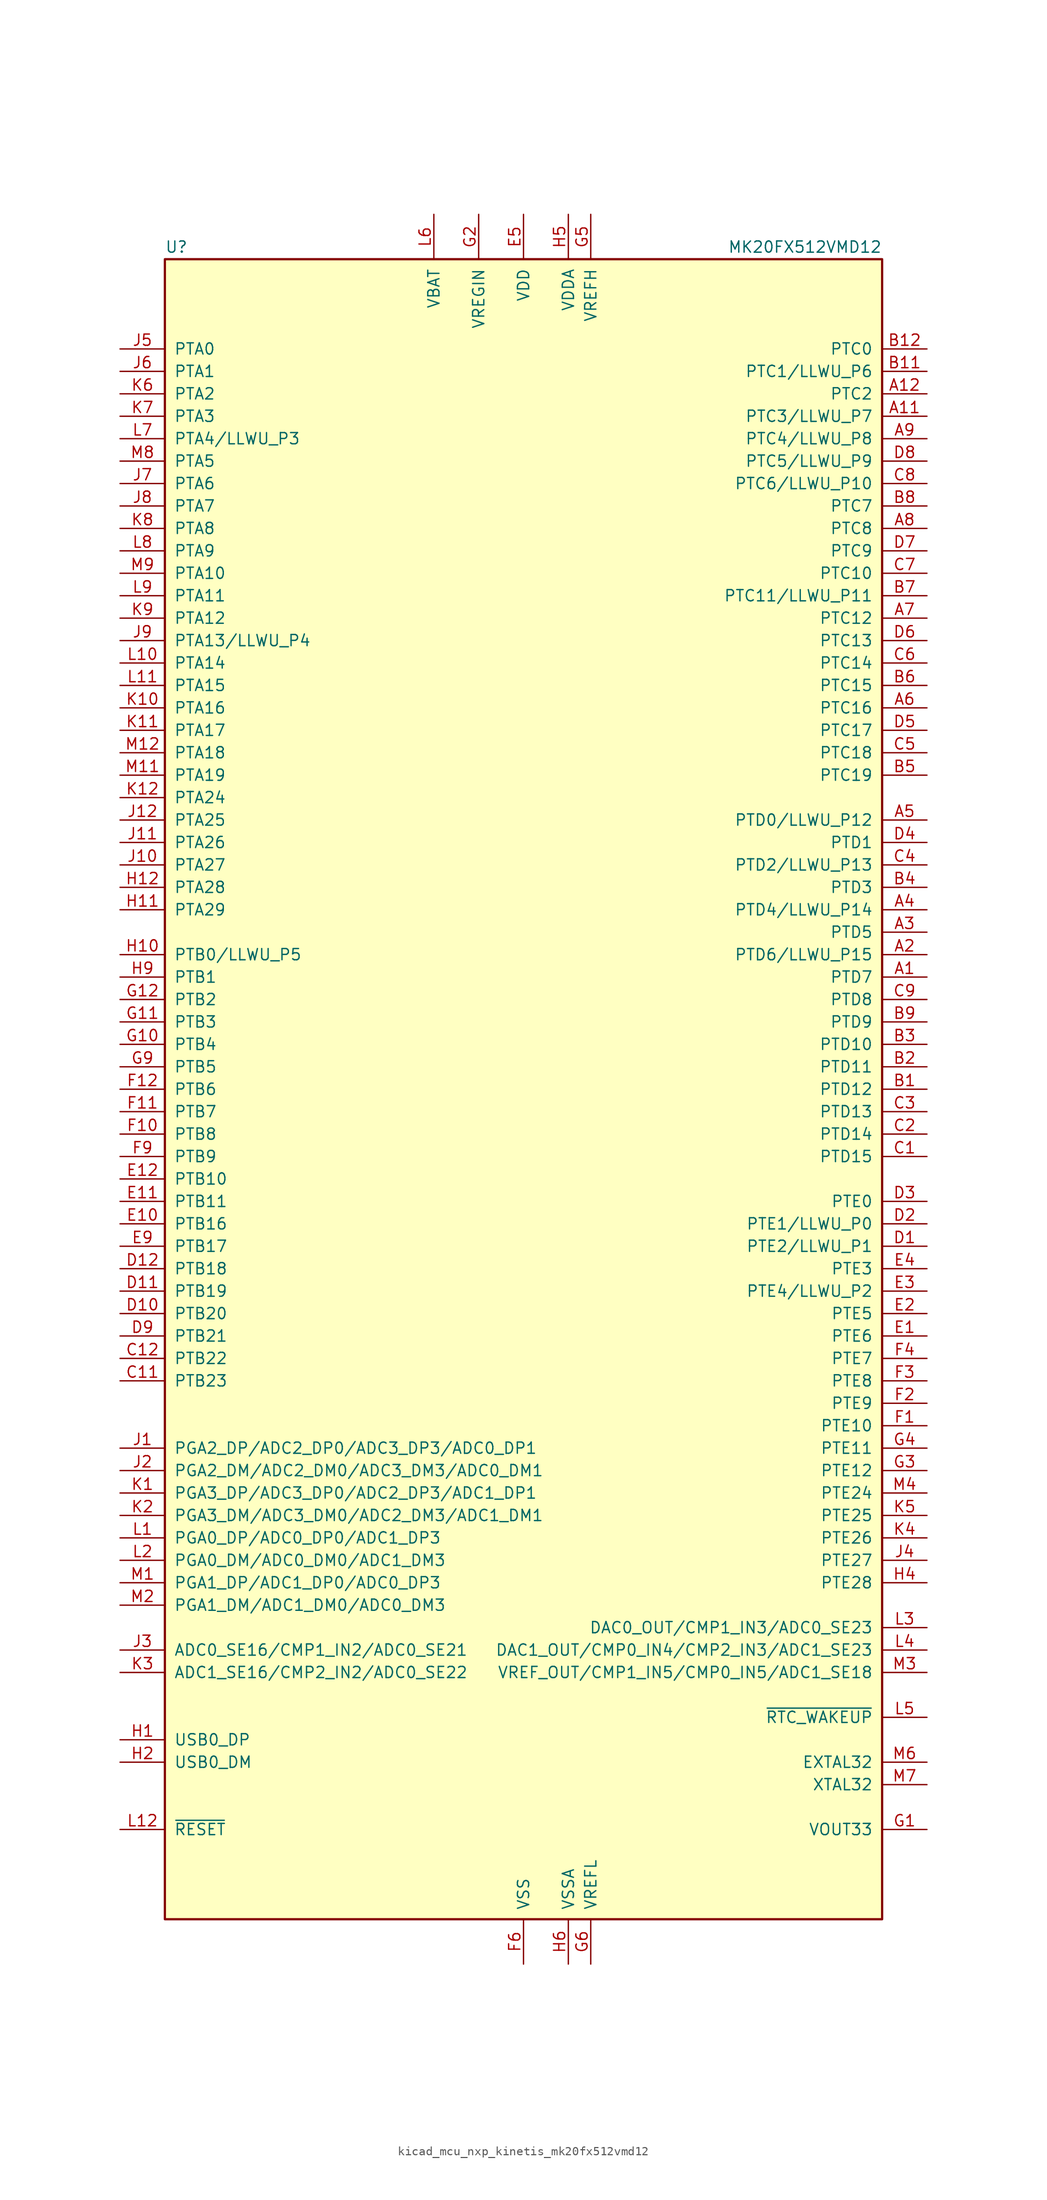
<source format=kicad_sym>
(kicad_symbol_lib
  (version 20220914)
  (generator kicad_symbol_editor)
  (symbol "kicad_mcu_nxp_kinetis_mk20fx512vmd12"
    (pin_names
      (offset 1.016))
    (property "Reference" "U"
      (at -40.64 94.615 0)
      (effects (font (size 1.27 1.27)) (justify left bottom)))
    (property "Value" "MK20FX512VMD12"
      (at 40.64 94.615 0)
      (effects (font (size 1.27 1.27)) (justify right bottom)))
    (symbol "kicad_mcu_nxp_kinetis_mk20fx512vmd12_0_1"
      (rectangle (start -40.64 93.98) (end 40.64 -93.98) (stroke (width 0.254) (type default)) (fill (type background))))
    (symbol "kicad_mcu_nxp_kinetis_mk20fx512vmd12_1_1"
      (pin bidirectional line (at 45.72 12.7 180) (length 5.08) (name "PTD7" (effects (font (size 1.27 1.27)))) (number "A1" (effects (font (size 1.27 1.27)))))
      (pin no_connect line (at -12.7 -93.98 90) (length 5.08) hide (name "NC" (effects (font (size 1.27 1.27)))) (number "A10" (effects (font (size 1.27 1.27)))))
      (pin bidirectional line (at 45.72 76.2 180) (length 5.08) (name "PTC3/LLWU_P7" (effects (font (size 1.27 1.27)))) (number "A11" (effects (font (size 1.27 1.27)))))
      (pin bidirectional line (at 45.72 78.74 180) (length 5.08) (name "PTC2" (effects (font (size 1.27 1.27)))) (number "A12" (effects (font (size 1.27 1.27)))))
      (pin bidirectional line (at 45.72 15.24 180) (length 5.08) (name "PTD6/LLWU_P15" (effects (font (size 1.27 1.27)))) (number "A2" (effects (font (size 1.27 1.27)))))
      (pin bidirectional line (at 45.72 17.78 180) (length 5.08) (name "PTD5" (effects (font (size 1.27 1.27)))) (number "A3" (effects (font (size 1.27 1.27)))))
      (pin bidirectional line (at 45.72 20.32 180) (length 5.08) (name "PTD4/LLWU_P14" (effects (font (size 1.27 1.27)))) (number "A4" (effects (font (size 1.27 1.27)))))
      (pin bidirectional line (at 45.72 30.48 180) (length 5.08) (name "PTD0/LLWU_P12" (effects (font (size 1.27 1.27)))) (number "A5" (effects (font (size 1.27 1.27)))))
      (pin bidirectional line (at 45.72 43.18 180) (length 5.08) (name "PTC16" (effects (font (size 1.27 1.27)))) (number "A6" (effects (font (size 1.27 1.27)))))
      (pin bidirectional line (at 45.72 53.34 180) (length 5.08) (name "PTC12" (effects (font (size 1.27 1.27)))) (number "A7" (effects (font (size 1.27 1.27)))))
      (pin bidirectional line (at 45.72 63.5 180) (length 5.08) (name "PTC8" (effects (font (size 1.27 1.27)))) (number "A8" (effects (font (size 1.27 1.27)))))
      (pin bidirectional line (at 45.72 73.66 180) (length 5.08) (name "PTC4/LLWU_P8" (effects (font (size 1.27 1.27)))) (number "A9" (effects (font (size 1.27 1.27)))))
      (pin bidirectional line (at 45.72 0 180) (length 5.08) (name "PTD12" (effects (font (size 1.27 1.27)))) (number "B1" (effects (font (size 1.27 1.27)))))
      (pin no_connect line (at -10.16 -93.98 90) (length 5.08) hide (name "NC" (effects (font (size 1.27 1.27)))) (number "B10" (effects (font (size 1.27 1.27)))))
      (pin bidirectional line (at 45.72 81.28 180) (length 5.08) (name "PTC1/LLWU_P6" (effects (font (size 1.27 1.27)))) (number "B11" (effects (font (size 1.27 1.27)))))
      (pin bidirectional line (at 45.72 83.82 180) (length 5.08) (name "PTC0" (effects (font (size 1.27 1.27)))) (number "B12" (effects (font (size 1.27 1.27)))))
      (pin bidirectional line (at 45.72 2.54 180) (length 5.08) (name "PTD11" (effects (font (size 1.27 1.27)))) (number "B2" (effects (font (size 1.27 1.27)))))
      (pin bidirectional line (at 45.72 5.08 180) (length 5.08) (name "PTD10" (effects (font (size 1.27 1.27)))) (number "B3" (effects (font (size 1.27 1.27)))))
      (pin bidirectional line (at 45.72 22.86 180) (length 5.08) (name "PTD3" (effects (font (size 1.27 1.27)))) (number "B4" (effects (font (size 1.27 1.27)))))
      (pin bidirectional line (at 45.72 35.56 180) (length 5.08) (name "PTC19" (effects (font (size 1.27 1.27)))) (number "B5" (effects (font (size 1.27 1.27)))))
      (pin bidirectional line (at 45.72 45.72 180) (length 5.08) (name "PTC15" (effects (font (size 1.27 1.27)))) (number "B6" (effects (font (size 1.27 1.27)))))
      (pin bidirectional line (at 45.72 55.88 180) (length 5.08) (name "PTC11/LLWU_P11" (effects (font (size 1.27 1.27)))) (number "B7" (effects (font (size 1.27 1.27)))))
      (pin bidirectional line (at 45.72 66.04 180) (length 5.08) (name "PTC7" (effects (font (size 1.27 1.27)))) (number "B8" (effects (font (size 1.27 1.27)))))
      (pin bidirectional line (at 45.72 7.62 180) (length 5.08) (name "PTD9" (effects (font (size 1.27 1.27)))) (number "B9" (effects (font (size 1.27 1.27)))))
      (pin bidirectional line (at 45.72 -7.62 180) (length 5.08) (name "PTD15" (effects (font (size 1.27 1.27)))) (number "C1" (effects (font (size 1.27 1.27)))))
      (pin no_connect line (at -7.62 -93.98 90) (length 5.08) hide (name "NC" (effects (font (size 1.27 1.27)))) (number "C10" (effects (font (size 1.27 1.27)))))
      (pin bidirectional line (at -45.72 -33.02 0) (length 5.08) (name "PTB23" (effects (font (size 1.27 1.27)))) (number "C11" (effects (font (size 1.27 1.27)))))
      (pin bidirectional line (at -45.72 -30.48 0) (length 5.08) (name "PTB22" (effects (font (size 1.27 1.27)))) (number "C12" (effects (font (size 1.27 1.27)))))
      (pin bidirectional line (at 45.72 -5.08 180) (length 5.08) (name "PTD14" (effects (font (size 1.27 1.27)))) (number "C2" (effects (font (size 1.27 1.27)))))
      (pin bidirectional line (at 45.72 -2.54 180) (length 5.08) (name "PTD13" (effects (font (size 1.27 1.27)))) (number "C3" (effects (font (size 1.27 1.27)))))
      (pin bidirectional line (at 45.72 25.4 180) (length 5.08) (name "PTD2/LLWU_P13" (effects (font (size 1.27 1.27)))) (number "C4" (effects (font (size 1.27 1.27)))))
      (pin bidirectional line (at 45.72 38.1 180) (length 5.08) (name "PTC18" (effects (font (size 1.27 1.27)))) (number "C5" (effects (font (size 1.27 1.27)))))
      (pin bidirectional line (at 45.72 48.26 180) (length 5.08) (name "PTC14" (effects (font (size 1.27 1.27)))) (number "C6" (effects (font (size 1.27 1.27)))))
      (pin bidirectional line (at 45.72 58.42 180) (length 5.08) (name "PTC10" (effects (font (size 1.27 1.27)))) (number "C7" (effects (font (size 1.27 1.27)))))
      (pin bidirectional line (at 45.72 68.58 180) (length 5.08) (name "PTC6/LLWU_P10" (effects (font (size 1.27 1.27)))) (number "C8" (effects (font (size 1.27 1.27)))))
      (pin bidirectional line (at 45.72 10.16 180) (length 5.08) (name "PTD8" (effects (font (size 1.27 1.27)))) (number "C9" (effects (font (size 1.27 1.27)))))
      (pin bidirectional line (at 45.72 -17.78 180) (length 5.08) (name "PTE2/LLWU_P1" (effects (font (size 1.27 1.27)))) (number "D1" (effects (font (size 1.27 1.27)))))
      (pin bidirectional line (at -45.72 -25.4 0) (length 5.08) (name "PTB20" (effects (font (size 1.27 1.27)))) (number "D10" (effects (font (size 1.27 1.27)))))
      (pin bidirectional line (at -45.72 -22.86 0) (length 5.08) (name "PTB19" (effects (font (size 1.27 1.27)))) (number "D11" (effects (font (size 1.27 1.27)))))
      (pin bidirectional line (at -45.72 -20.32 0) (length 5.08) (name "PTB18" (effects (font (size 1.27 1.27)))) (number "D12" (effects (font (size 1.27 1.27)))))
      (pin bidirectional line (at 45.72 -15.24 180) (length 5.08) (name "PTE1/LLWU_P0" (effects (font (size 1.27 1.27)))) (number "D2" (effects (font (size 1.27 1.27)))))
      (pin bidirectional line (at 45.72 -12.7 180) (length 5.08) (name "PTE0" (effects (font (size 1.27 1.27)))) (number "D3" (effects (font (size 1.27 1.27)))))
      (pin bidirectional line (at 45.72 27.94 180) (length 5.08) (name "PTD1" (effects (font (size 1.27 1.27)))) (number "D4" (effects (font (size 1.27 1.27)))))
      (pin bidirectional line (at 45.72 40.64 180) (length 5.08) (name "PTC17" (effects (font (size 1.27 1.27)))) (number "D5" (effects (font (size 1.27 1.27)))))
      (pin bidirectional line (at 45.72 50.8 180) (length 5.08) (name "PTC13" (effects (font (size 1.27 1.27)))) (number "D6" (effects (font (size 1.27 1.27)))))
      (pin bidirectional line (at 45.72 60.96 180) (length 5.08) (name "PTC9" (effects (font (size 1.27 1.27)))) (number "D7" (effects (font (size 1.27 1.27)))))
      (pin bidirectional line (at 45.72 71.12 180) (length 5.08) (name "PTC5/LLWU_P9" (effects (font (size 1.27 1.27)))) (number "D8" (effects (font (size 1.27 1.27)))))
      (pin bidirectional line (at -45.72 -27.94 0) (length 5.08) (name "PTB21" (effects (font (size 1.27 1.27)))) (number "D9" (effects (font (size 1.27 1.27)))))
      (pin bidirectional line (at 45.72 -27.94 180) (length 5.08) (name "PTE6" (effects (font (size 1.27 1.27)))) (number "E1" (effects (font (size 1.27 1.27)))))
      (pin bidirectional line (at -45.72 -15.24 0) (length 5.08) (name "PTB16" (effects (font (size 1.27 1.27)))) (number "E10" (effects (font (size 1.27 1.27)))))
      (pin bidirectional line (at -45.72 -12.7 0) (length 5.08) (name "PTB11" (effects (font (size 1.27 1.27)))) (number "E11" (effects (font (size 1.27 1.27)))))
      (pin bidirectional line (at -45.72 -10.16 0) (length 5.08) (name "PTB10" (effects (font (size 1.27 1.27)))) (number "E12" (effects (font (size 1.27 1.27)))))
      (pin bidirectional line (at 45.72 -25.4 180) (length 5.08) (name "PTE5" (effects (font (size 1.27 1.27)))) (number "E2" (effects (font (size 1.27 1.27)))))
      (pin bidirectional line (at 45.72 -22.86 180) (length 5.08) (name "PTE4/LLWU_P2" (effects (font (size 1.27 1.27)))) (number "E3" (effects (font (size 1.27 1.27)))))
      (pin bidirectional line (at 45.72 -20.32 180) (length 5.08) (name "PTE3" (effects (font (size 1.27 1.27)))) (number "E4" (effects (font (size 1.27 1.27)))))
      (pin power_in line (at 0 99.06 270) (length 5.08) (name "VDD" (effects (font (size 1.27 1.27)))) (number "E5" (effects (font (size 1.27 1.27)))))
      (pin passive line (at 0 99.06 270) (length 5.08) hide (name "VDD" (effects (font (size 1.27 1.27)))) (number "E6" (effects (font (size 1.27 1.27)))))
      (pin passive line (at 0 99.06 270) (length 5.08) hide (name "VDD" (effects (font (size 1.27 1.27)))) (number "E7" (effects (font (size 1.27 1.27)))))
      (pin passive line (at 0 99.06 270) (length 5.08) hide (name "VDD" (effects (font (size 1.27 1.27)))) (number "E8" (effects (font (size 1.27 1.27)))))
      (pin bidirectional line (at -45.72 -17.78 0) (length 5.08) (name "PTB17" (effects (font (size 1.27 1.27)))) (number "E9" (effects (font (size 1.27 1.27)))))
      (pin bidirectional line (at 45.72 -38.1 180) (length 5.08) (name "PTE10" (effects (font (size 1.27 1.27)))) (number "F1" (effects (font (size 1.27 1.27)))))
      (pin bidirectional line (at -45.72 -5.08 0) (length 5.08) (name "PTB8" (effects (font (size 1.27 1.27)))) (number "F10" (effects (font (size 1.27 1.27)))))
      (pin bidirectional line (at -45.72 -2.54 0) (length 5.08) (name "PTB7" (effects (font (size 1.27 1.27)))) (number "F11" (effects (font (size 1.27 1.27)))))
      (pin bidirectional line (at -45.72 0 0) (length 5.08) (name "PTB6" (effects (font (size 1.27 1.27)))) (number "F12" (effects (font (size 1.27 1.27)))))
      (pin bidirectional line (at 45.72 -35.56 180) (length 5.08) (name "PTE9" (effects (font (size 1.27 1.27)))) (number "F2" (effects (font (size 1.27 1.27)))))
      (pin bidirectional line (at 45.72 -33.02 180) (length 5.08) (name "PTE8" (effects (font (size 1.27 1.27)))) (number "F3" (effects (font (size 1.27 1.27)))))
      (pin bidirectional line (at 45.72 -30.48 180) (length 5.08) (name "PTE7" (effects (font (size 1.27 1.27)))) (number "F4" (effects (font (size 1.27 1.27)))))
      (pin passive line (at 0 99.06 270) (length 5.08) hide (name "VDD" (effects (font (size 1.27 1.27)))) (number "F5" (effects (font (size 1.27 1.27)))))
      (pin power_in line (at 0 -99.06 90) (length 5.08) (name "VSS" (effects (font (size 1.27 1.27)))) (number "F6" (effects (font (size 1.27 1.27)))))
      (pin passive line (at 0 -99.06 90) (length 5.08) hide (name "VSS" (effects (font (size 1.27 1.27)))) (number "F7" (effects (font (size 1.27 1.27)))))
      (pin passive line (at 0 99.06 270) (length 5.08) hide (name "VDD" (effects (font (size 1.27 1.27)))) (number "F8" (effects (font (size 1.27 1.27)))))
      (pin bidirectional line (at -45.72 -7.62 0) (length 5.08) (name "PTB9" (effects (font (size 1.27 1.27)))) (number "F9" (effects (font (size 1.27 1.27)))))
      (pin power_out line (at 45.72 -83.82 180) (length 5.08) (name "VOUT33" (effects (font (size 1.27 1.27)))) (number "G1" (effects (font (size 1.27 1.27)))))
      (pin bidirectional line (at -45.72 5.08 0) (length 5.08) (name "PTB4" (effects (font (size 1.27 1.27)))) (number "G10" (effects (font (size 1.27 1.27)))))
      (pin bidirectional line (at -45.72 7.62 0) (length 5.08) (name "PTB3" (effects (font (size 1.27 1.27)))) (number "G11" (effects (font (size 1.27 1.27)))))
      (pin bidirectional line (at -45.72 10.16 0) (length 5.08) (name "PTB2" (effects (font (size 1.27 1.27)))) (number "G12" (effects (font (size 1.27 1.27)))))
      (pin power_in line (at -5.08 99.06 270) (length 5.08) (name "VREGIN" (effects (font (size 1.27 1.27)))) (number "G2" (effects (font (size 1.27 1.27)))))
      (pin bidirectional line (at 45.72 -43.18 180) (length 5.08) (name "PTE12" (effects (font (size 1.27 1.27)))) (number "G3" (effects (font (size 1.27 1.27)))))
      (pin bidirectional line (at 45.72 -40.64 180) (length 5.08) (name "PTE11" (effects (font (size 1.27 1.27)))) (number "G4" (effects (font (size 1.27 1.27)))))
      (pin power_in line (at 7.62 99.06 270) (length 5.08) (name "VREFH" (effects (font (size 1.27 1.27)))) (number "G5" (effects (font (size 1.27 1.27)))))
      (pin power_in line (at 7.62 -99.06 90) (length 5.08) (name "VREFL" (effects (font (size 1.27 1.27)))) (number "G6" (effects (font (size 1.27 1.27)))))
      (pin passive line (at 0 -99.06 90) (length 5.08) hide (name "VSS" (effects (font (size 1.27 1.27)))) (number "G7" (effects (font (size 1.27 1.27)))))
      (pin passive line (at 0 -99.06 90) (length 5.08) hide (name "VSS" (effects (font (size 1.27 1.27)))) (number "G8" (effects (font (size 1.27 1.27)))))
      (pin bidirectional line (at -45.72 2.54 0) (length 5.08) (name "PTB5" (effects (font (size 1.27 1.27)))) (number "G9" (effects (font (size 1.27 1.27)))))
      (pin bidirectional line (at -45.72 -73.66 0) (length 5.08) (name "USB0_DP" (effects (font (size 1.27 1.27)))) (number "H1" (effects (font (size 1.27 1.27)))))
      (pin bidirectional line (at -45.72 15.24 0) (length 5.08) (name "PTB0/LLWU_P5" (effects (font (size 1.27 1.27)))) (number "H10" (effects (font (size 1.27 1.27)))))
      (pin bidirectional line (at -45.72 20.32 0) (length 5.08) (name "PTA29" (effects (font (size 1.27 1.27)))) (number "H11" (effects (font (size 1.27 1.27)))))
      (pin bidirectional line (at -45.72 22.86 0) (length 5.08) (name "PTA28" (effects (font (size 1.27 1.27)))) (number "H12" (effects (font (size 1.27 1.27)))))
      (pin bidirectional line (at -45.72 -76.2 0) (length 5.08) (name "USB0_DM" (effects (font (size 1.27 1.27)))) (number "H2" (effects (font (size 1.27 1.27)))))
      (pin passive line (at 0 -99.06 90) (length 5.08) hide (name "VSS" (effects (font (size 1.27 1.27)))) (number "H3" (effects (font (size 1.27 1.27)))))
      (pin bidirectional line (at 45.72 -55.88 180) (length 5.08) (name "PTE28" (effects (font (size 1.27 1.27)))) (number "H4" (effects (font (size 1.27 1.27)))))
      (pin power_in line (at 5.08 99.06 270) (length 5.08) (name "VDDA" (effects (font (size 1.27 1.27)))) (number "H5" (effects (font (size 1.27 1.27)))))
      (pin power_in line (at 5.08 -99.06 90) (length 5.08) (name "VSSA" (effects (font (size 1.27 1.27)))) (number "H6" (effects (font (size 1.27 1.27)))))
      (pin passive line (at 0 -99.06 90) (length 5.08) hide (name "VSS" (effects (font (size 1.27 1.27)))) (number "H7" (effects (font (size 1.27 1.27)))))
      (pin passive line (at 0 -99.06 90) (length 5.08) hide (name "VSS" (effects (font (size 1.27 1.27)))) (number "H8" (effects (font (size 1.27 1.27)))))
      (pin bidirectional line (at -45.72 12.7 0) (length 5.08) (name "PTB1" (effects (font (size 1.27 1.27)))) (number "H9" (effects (font (size 1.27 1.27)))))
      (pin input line (at -45.72 -40.64 0) (length 5.08) (name "PGA2_DP/ADC2_DP0/ADC3_DP3/ADC0_DP1" (effects (font (size 1.27 1.27)))) (number "J1" (effects (font (size 1.27 1.27)))))
      (pin bidirectional line (at -45.72 25.4 0) (length 5.08) (name "PTA27" (effects (font (size 1.27 1.27)))) (number "J10" (effects (font (size 1.27 1.27)))))
      (pin bidirectional line (at -45.72 27.94 0) (length 5.08) (name "PTA26" (effects (font (size 1.27 1.27)))) (number "J11" (effects (font (size 1.27 1.27)))))
      (pin bidirectional line (at -45.72 30.48 0) (length 5.08) (name "PTA25" (effects (font (size 1.27 1.27)))) (number "J12" (effects (font (size 1.27 1.27)))))
      (pin input line (at -45.72 -43.18 0) (length 5.08) (name "PGA2_DM/ADC2_DM0/ADC3_DM3/ADC0_DM1" (effects (font (size 1.27 1.27)))) (number "J2" (effects (font (size 1.27 1.27)))))
      (pin input line (at -45.72 -63.5 0) (length 5.08) (name "ADC0_SE16/CMP1_IN2/ADC0_SE21" (effects (font (size 1.27 1.27)))) (number "J3" (effects (font (size 1.27 1.27)))))
      (pin bidirectional line (at 45.72 -53.34 180) (length 5.08) (name "PTE27" (effects (font (size 1.27 1.27)))) (number "J4" (effects (font (size 1.27 1.27)))))
      (pin bidirectional line (at -45.72 83.82 0) (length 5.08) (name "PTA0" (effects (font (size 1.27 1.27)))) (number "J5" (effects (font (size 1.27 1.27)))))
      (pin bidirectional line (at -45.72 81.28 0) (length 5.08) (name "PTA1" (effects (font (size 1.27 1.27)))) (number "J6" (effects (font (size 1.27 1.27)))))
      (pin bidirectional line (at -45.72 68.58 0) (length 5.08) (name "PTA6" (effects (font (size 1.27 1.27)))) (number "J7" (effects (font (size 1.27 1.27)))))
      (pin bidirectional line (at -45.72 66.04 0) (length 5.08) (name "PTA7" (effects (font (size 1.27 1.27)))) (number "J8" (effects (font (size 1.27 1.27)))))
      (pin bidirectional line (at -45.72 50.8 0) (length 5.08) (name "PTA13/LLWU_P4" (effects (font (size 1.27 1.27)))) (number "J9" (effects (font (size 1.27 1.27)))))
      (pin input line (at -45.72 -45.72 0) (length 5.08) (name "PGA3_DP/ADC3_DP0/ADC2_DP3/ADC1_DP1" (effects (font (size 1.27 1.27)))) (number "K1" (effects (font (size 1.27 1.27)))))
      (pin bidirectional line (at -45.72 43.18 0) (length 5.08) (name "PTA16" (effects (font (size 1.27 1.27)))) (number "K10" (effects (font (size 1.27 1.27)))))
      (pin bidirectional line (at -45.72 40.64 0) (length 5.08) (name "PTA17" (effects (font (size 1.27 1.27)))) (number "K11" (effects (font (size 1.27 1.27)))))
      (pin bidirectional line (at -45.72 33.02 0) (length 5.08) (name "PTA24" (effects (font (size 1.27 1.27)))) (number "K12" (effects (font (size 1.27 1.27)))))
      (pin input line (at -45.72 -48.26 0) (length 5.08) (name "PGA3_DM/ADC3_DM0/ADC2_DM3/ADC1_DM1" (effects (font (size 1.27 1.27)))) (number "K2" (effects (font (size 1.27 1.27)))))
      (pin input line (at -45.72 -66.04 0) (length 5.08) (name "ADC1_SE16/CMP2_IN2/ADC0_SE22" (effects (font (size 1.27 1.27)))) (number "K3" (effects (font (size 1.27 1.27)))))
      (pin bidirectional line (at 45.72 -50.8 180) (length 5.08) (name "PTE26" (effects (font (size 1.27 1.27)))) (number "K4" (effects (font (size 1.27 1.27)))))
      (pin bidirectional line (at 45.72 -48.26 180) (length 5.08) (name "PTE25" (effects (font (size 1.27 1.27)))) (number "K5" (effects (font (size 1.27 1.27)))))
      (pin bidirectional line (at -45.72 78.74 0) (length 5.08) (name "PTA2" (effects (font (size 1.27 1.27)))) (number "K6" (effects (font (size 1.27 1.27)))))
      (pin bidirectional line (at -45.72 76.2 0) (length 5.08) (name "PTA3" (effects (font (size 1.27 1.27)))) (number "K7" (effects (font (size 1.27 1.27)))))
      (pin bidirectional line (at -45.72 63.5 0) (length 5.08) (name "PTA8" (effects (font (size 1.27 1.27)))) (number "K8" (effects (font (size 1.27 1.27)))))
      (pin bidirectional line (at -45.72 53.34 0) (length 5.08) (name "PTA12" (effects (font (size 1.27 1.27)))) (number "K9" (effects (font (size 1.27 1.27)))))
      (pin input line (at -45.72 -50.8 0) (length 5.08) (name "PGA0_DP/ADC0_DP0/ADC1_DP3" (effects (font (size 1.27 1.27)))) (number "L1" (effects (font (size 1.27 1.27)))))
      (pin bidirectional line (at -45.72 48.26 0) (length 5.08) (name "PTA14" (effects (font (size 1.27 1.27)))) (number "L10" (effects (font (size 1.27 1.27)))))
      (pin bidirectional line (at -45.72 45.72 0) (length 5.08) (name "PTA15" (effects (font (size 1.27 1.27)))) (number "L11" (effects (font (size 1.27 1.27)))))
      (pin bidirectional line (at -45.72 -83.82 0) (length 5.08) (name "~{RESET}" (effects (font (size 1.27 1.27)))) (number "L12" (effects (font (size 1.27 1.27)))))
      (pin input line (at -45.72 -53.34 0) (length 5.08) (name "PGA0_DM/ADC0_DM0/ADC1_DM3" (effects (font (size 1.27 1.27)))) (number "L2" (effects (font (size 1.27 1.27)))))
      (pin bidirectional line (at 45.72 -60.96 180) (length 5.08) (name "DAC0_OUT/CMP1_IN3/ADC0_SE23" (effects (font (size 1.27 1.27)))) (number "L3" (effects (font (size 1.27 1.27)))))
      (pin bidirectional line (at 45.72 -63.5 180) (length 5.08) (name "DAC1_OUT/CMP0_IN4/CMP2_IN3/ADC1_SE23" (effects (font (size 1.27 1.27)))) (number "L4" (effects (font (size 1.27 1.27)))))
      (pin output line (at 45.72 -71.12 180) (length 5.08) (name "~{RTC_WAKEUP}" (effects (font (size 1.27 1.27)))) (number "L5" (effects (font (size 1.27 1.27)))))
      (pin power_in line (at -10.16 99.06 270) (length 5.08) (name "VBAT" (effects (font (size 1.27 1.27)))) (number "L6" (effects (font (size 1.27 1.27)))))
      (pin bidirectional line (at -45.72 73.66 0) (length 5.08) (name "PTA4/LLWU_P3" (effects (font (size 1.27 1.27)))) (number "L7" (effects (font (size 1.27 1.27)))))
      (pin bidirectional line (at -45.72 60.96 0) (length 5.08) (name "PTA9" (effects (font (size 1.27 1.27)))) (number "L8" (effects (font (size 1.27 1.27)))))
      (pin bidirectional line (at -45.72 55.88 0) (length 5.08) (name "PTA11" (effects (font (size 1.27 1.27)))) (number "L9" (effects (font (size 1.27 1.27)))))
      (pin input line (at -45.72 -55.88 0) (length 5.08) (name "PGA1_DP/ADC1_DP0/ADC0_DP3" (effects (font (size 1.27 1.27)))) (number "M1" (effects (font (size 1.27 1.27)))))
      (pin passive line (at 0 -99.06 90) (length 5.08) hide (name "VSS" (effects (font (size 1.27 1.27)))) (number "M10" (effects (font (size 1.27 1.27)))))
      (pin bidirectional line (at -45.72 35.56 0) (length 5.08) (name "PTA19" (effects (font (size 1.27 1.27)))) (number "M11" (effects (font (size 1.27 1.27)))))
      (pin bidirectional line (at -45.72 38.1 0) (length 5.08) (name "PTA18" (effects (font (size 1.27 1.27)))) (number "M12" (effects (font (size 1.27 1.27)))))
      (pin input line (at -45.72 -58.42 0) (length 5.08) (name "PGA1_DM/ADC1_DM0/ADC0_DM3" (effects (font (size 1.27 1.27)))) (number "M2" (effects (font (size 1.27 1.27)))))
      (pin bidirectional line (at 45.72 -66.04 180) (length 5.08) (name "VREF_OUT/CMP1_IN5/CMP0_IN5/ADC1_SE18" (effects (font (size 1.27 1.27)))) (number "M3" (effects (font (size 1.27 1.27)))))
      (pin bidirectional line (at 45.72 -45.72 180) (length 5.08) (name "PTE24" (effects (font (size 1.27 1.27)))) (number "M4" (effects (font (size 1.27 1.27)))))
      (pin no_connect line (at -5.08 -93.98 90) (length 5.08) hide (name "NC" (effects (font (size 1.27 1.27)))) (number "M5" (effects (font (size 1.27 1.27)))))
      (pin input line (at 45.72 -76.2 180) (length 5.08) (name "EXTAL32" (effects (font (size 1.27 1.27)))) (number "M6" (effects (font (size 1.27 1.27)))))
      (pin output line (at 45.72 -78.74 180) (length 5.08) (name "XTAL32" (effects (font (size 1.27 1.27)))) (number "M7" (effects (font (size 1.27 1.27)))))
      (pin bidirectional line (at -45.72 71.12 0) (length 5.08) (name "PTA5" (effects (font (size 1.27 1.27)))) (number "M8" (effects (font (size 1.27 1.27)))))
      (pin bidirectional line (at -45.72 58.42 0) (length 5.08) (name "PTA10" (effects (font (size 1.27 1.27)))) (number "M9" (effects (font (size 1.27 1.27))))))))
</source>
